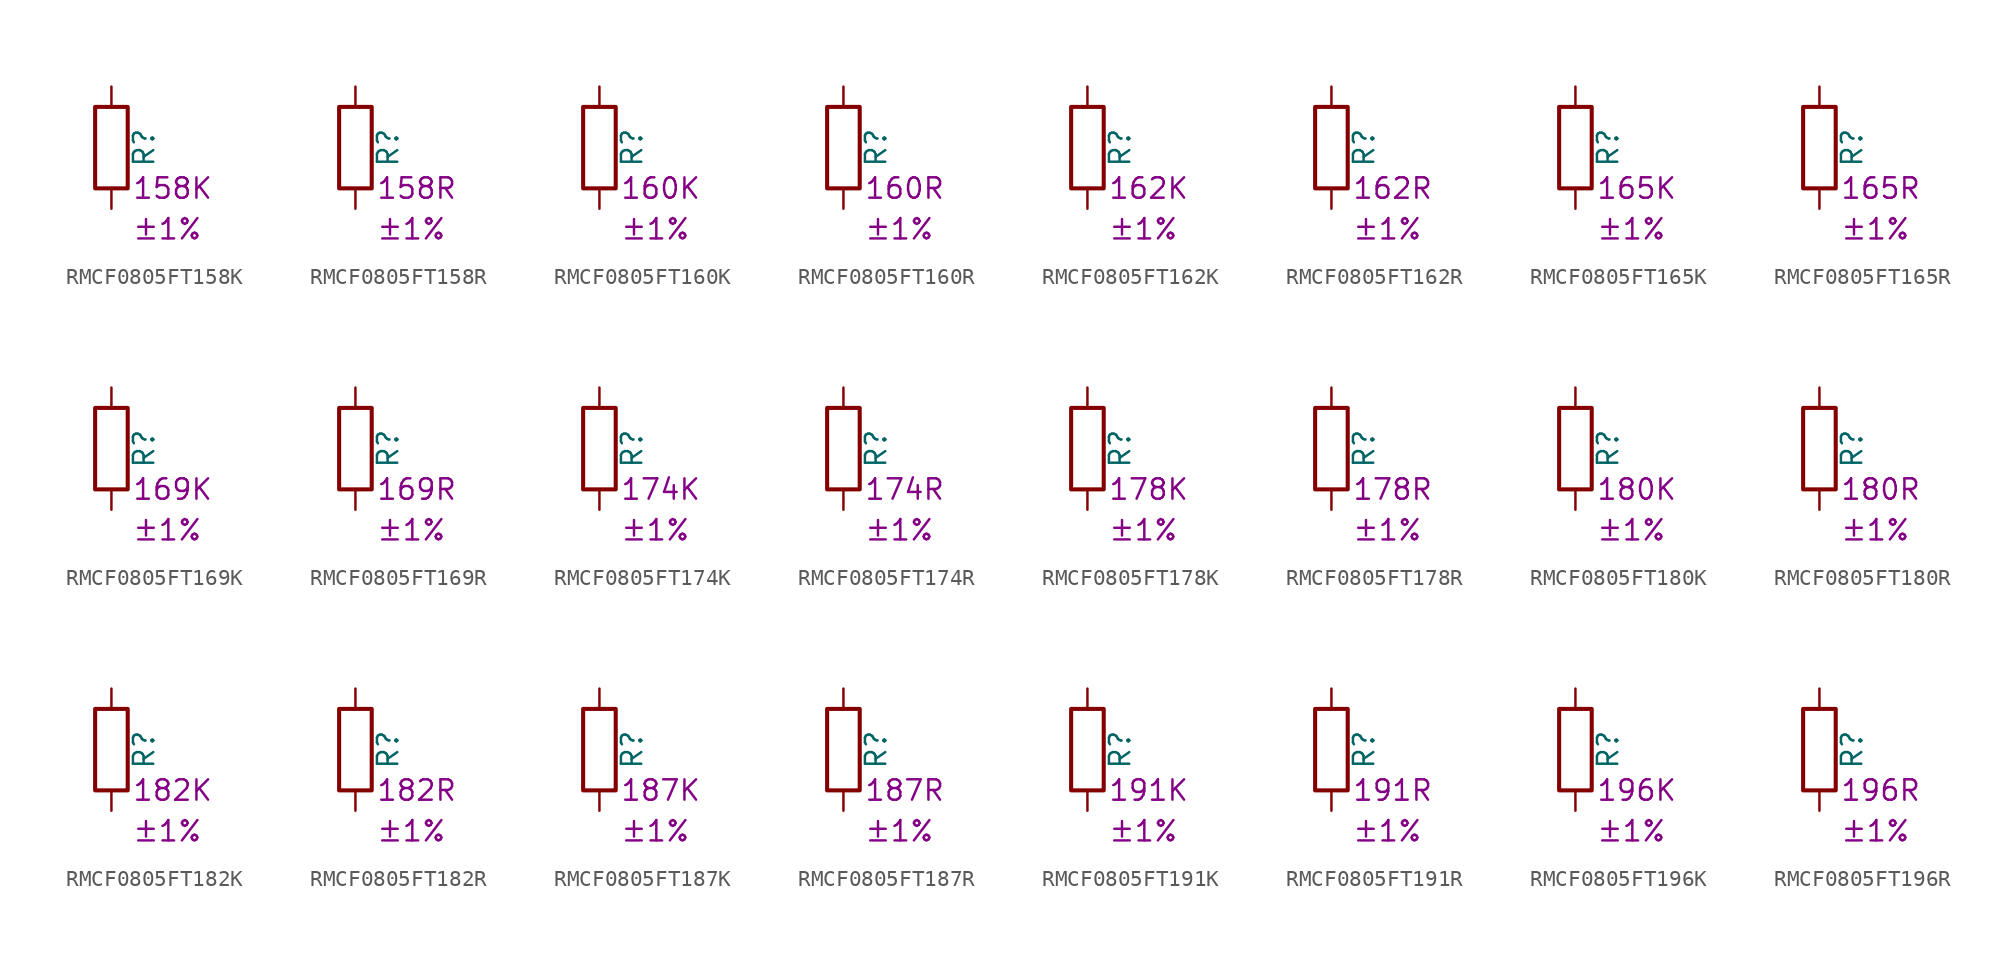
<source format=kicad_sym>
(kicad_symbol_lib
  (version 20220914)
  (generator kicad_symbol_editor)
  (symbol "RMCF0805FT158K"
    (pin_numbers hide)
    (pin_names
      (offset 0))
    (property "Reference" "R"
      (at 2.032 0 90)
      (effects (font (size 1.27 1.27))))
    (property "Resistance" "158K"
      (at 1.27 -2.54 0)
      (effects (font (size 1.27 1.27)) (justify left)))
    (property "Tolerance" "±1%"
      (at 1.27 -5.08 0)
      (effects (font (size 1.27 1.27)) (justify left)))
    (symbol "RMCF0805FT158K_0_1"
      (rectangle (start -1.016 -2.54) (end 1.016 2.54) (stroke (width 0.254) (type default)) (fill (type none))))
    (symbol "RMCF0805FT158K_1_1"
      (pin passive line (at 0 3.81 270) (length 1.27) (name "~" (effects (font (size 1.27 1.27)))) (number "1" (effects (font (size 1.27 1.27)))))
      (pin passive line (at 0 -3.81 90) (length 1.27) (name "~" (effects (font (size 1.27 1.27)))) (number "2" (effects (font (size 1.27 1.27)))))))
  (symbol "RMCF0805FT158R"
    (pin_numbers hide)
    (pin_names
      (offset 0))
    (property "Reference" "R"
      (at 2.032 0 90)
      (effects (font (size 1.27 1.27))))
    (property "Resistance" "158R"
      (at 1.27 -2.54 0)
      (effects (font (size 1.27 1.27)) (justify left)))
    (property "Tolerance" "±1%"
      (at 1.27 -5.08 0)
      (effects (font (size 1.27 1.27)) (justify left)))
    (symbol "RMCF0805FT158R_0_1"
      (rectangle (start -1.016 -2.54) (end 1.016 2.54) (stroke (width 0.254) (type default)) (fill (type none))))
    (symbol "RMCF0805FT158R_1_1"
      (pin passive line (at 0 3.81 270) (length 1.27) (name "~" (effects (font (size 1.27 1.27)))) (number "1" (effects (font (size 1.27 1.27)))))
      (pin passive line (at 0 -3.81 90) (length 1.27) (name "~" (effects (font (size 1.27 1.27)))) (number "2" (effects (font (size 1.27 1.27)))))))
  (symbol "RMCF0805FT160K"
    (pin_numbers hide)
    (pin_names
      (offset 0))
    (property "Reference" "R"
      (at 2.032 0 90)
      (effects (font (size 1.27 1.27))))
    (property "Resistance" "160K"
      (at 1.27 -2.54 0)
      (effects (font (size 1.27 1.27)) (justify left)))
    (property "Tolerance" "±1%"
      (at 1.27 -5.08 0)
      (effects (font (size 1.27 1.27)) (justify left)))
    (symbol "RMCF0805FT160K_0_1"
      (rectangle (start -1.016 -2.54) (end 1.016 2.54) (stroke (width 0.254) (type default)) (fill (type none))))
    (symbol "RMCF0805FT160K_1_1"
      (pin passive line (at 0 3.81 270) (length 1.27) (name "~" (effects (font (size 1.27 1.27)))) (number "1" (effects (font (size 1.27 1.27)))))
      (pin passive line (at 0 -3.81 90) (length 1.27) (name "~" (effects (font (size 1.27 1.27)))) (number "2" (effects (font (size 1.27 1.27)))))))
  (symbol "RMCF0805FT160R"
    (pin_numbers hide)
    (pin_names
      (offset 0))
    (property "Reference" "R"
      (at 2.032 0 90)
      (effects (font (size 1.27 1.27))))
    (property "Resistance" "160R"
      (at 1.27 -2.54 0)
      (effects (font (size 1.27 1.27)) (justify left)))
    (property "Tolerance" "±1%"
      (at 1.27 -5.08 0)
      (effects (font (size 1.27 1.27)) (justify left)))
    (symbol "RMCF0805FT160R_0_1"
      (rectangle (start -1.016 -2.54) (end 1.016 2.54) (stroke (width 0.254) (type default)) (fill (type none))))
    (symbol "RMCF0805FT160R_1_1"
      (pin passive line (at 0 3.81 270) (length 1.27) (name "~" (effects (font (size 1.27 1.27)))) (number "1" (effects (font (size 1.27 1.27)))))
      (pin passive line (at 0 -3.81 90) (length 1.27) (name "~" (effects (font (size 1.27 1.27)))) (number "2" (effects (font (size 1.27 1.27)))))))
  (symbol "RMCF0805FT162K"
    (pin_numbers hide)
    (pin_names
      (offset 0))
    (property "Reference" "R"
      (at 2.032 0 90)
      (effects (font (size 1.27 1.27))))
    (property "Resistance" "162K"
      (at 1.27 -2.54 0)
      (effects (font (size 1.27 1.27)) (justify left)))
    (property "Tolerance" "±1%"
      (at 1.27 -5.08 0)
      (effects (font (size 1.27 1.27)) (justify left)))
    (symbol "RMCF0805FT162K_0_1"
      (rectangle (start -1.016 -2.54) (end 1.016 2.54) (stroke (width 0.254) (type default)) (fill (type none))))
    (symbol "RMCF0805FT162K_1_1"
      (pin passive line (at 0 3.81 270) (length 1.27) (name "~" (effects (font (size 1.27 1.27)))) (number "1" (effects (font (size 1.27 1.27)))))
      (pin passive line (at 0 -3.81 90) (length 1.27) (name "~" (effects (font (size 1.27 1.27)))) (number "2" (effects (font (size 1.27 1.27)))))))
  (symbol "RMCF0805FT162R"
    (pin_numbers hide)
    (pin_names
      (offset 0))
    (property "Reference" "R"
      (at 2.032 0 90)
      (effects (font (size 1.27 1.27))))
    (property "Resistance" "162R"
      (at 1.27 -2.54 0)
      (effects (font (size 1.27 1.27)) (justify left)))
    (property "Tolerance" "±1%"
      (at 1.27 -5.08 0)
      (effects (font (size 1.27 1.27)) (justify left)))
    (symbol "RMCF0805FT162R_0_1"
      (rectangle (start -1.016 -2.54) (end 1.016 2.54) (stroke (width 0.254) (type default)) (fill (type none))))
    (symbol "RMCF0805FT162R_1_1"
      (pin passive line (at 0 3.81 270) (length 1.27) (name "~" (effects (font (size 1.27 1.27)))) (number "1" (effects (font (size 1.27 1.27)))))
      (pin passive line (at 0 -3.81 90) (length 1.27) (name "~" (effects (font (size 1.27 1.27)))) (number "2" (effects (font (size 1.27 1.27)))))))
  (symbol "RMCF0805FT165K"
    (pin_numbers hide)
    (pin_names
      (offset 0))
    (property "Reference" "R"
      (at 2.032 0 90)
      (effects (font (size 1.27 1.27))))
    (property "Resistance" "165K"
      (at 1.27 -2.54 0)
      (effects (font (size 1.27 1.27)) (justify left)))
    (property "Tolerance" "±1%"
      (at 1.27 -5.08 0)
      (effects (font (size 1.27 1.27)) (justify left)))
    (symbol "RMCF0805FT165K_0_1"
      (rectangle (start -1.016 -2.54) (end 1.016 2.54) (stroke (width 0.254) (type default)) (fill (type none))))
    (symbol "RMCF0805FT165K_1_1"
      (pin passive line (at 0 3.81 270) (length 1.27) (name "~" (effects (font (size 1.27 1.27)))) (number "1" (effects (font (size 1.27 1.27)))))
      (pin passive line (at 0 -3.81 90) (length 1.27) (name "~" (effects (font (size 1.27 1.27)))) (number "2" (effects (font (size 1.27 1.27)))))))
  (symbol "RMCF0805FT165R"
    (pin_numbers hide)
    (pin_names
      (offset 0))
    (property "Reference" "R"
      (at 2.032 0 90)
      (effects (font (size 1.27 1.27))))
    (property "Resistance" "165R"
      (at 1.27 -2.54 0)
      (effects (font (size 1.27 1.27)) (justify left)))
    (property "Tolerance" "±1%"
      (at 1.27 -5.08 0)
      (effects (font (size 1.27 1.27)) (justify left)))
    (symbol "RMCF0805FT165R_0_1"
      (rectangle (start -1.016 -2.54) (end 1.016 2.54) (stroke (width 0.254) (type default)) (fill (type none))))
    (symbol "RMCF0805FT165R_1_1"
      (pin passive line (at 0 3.81 270) (length 1.27) (name "~" (effects (font (size 1.27 1.27)))) (number "1" (effects (font (size 1.27 1.27)))))
      (pin passive line (at 0 -3.81 90) (length 1.27) (name "~" (effects (font (size 1.27 1.27)))) (number "2" (effects (font (size 1.27 1.27)))))))
  (symbol "RMCF0805FT169K"
    (pin_numbers hide)
    (pin_names
      (offset 0))
    (property "Reference" "R"
      (at 2.032 0 90)
      (effects (font (size 1.27 1.27))))
    (property "Resistance" "169K"
      (at 1.27 -2.54 0)
      (effects (font (size 1.27 1.27)) (justify left)))
    (property "Tolerance" "±1%"
      (at 1.27 -5.08 0)
      (effects (font (size 1.27 1.27)) (justify left)))
    (symbol "RMCF0805FT169K_0_1"
      (rectangle (start -1.016 -2.54) (end 1.016 2.54) (stroke (width 0.254) (type default)) (fill (type none))))
    (symbol "RMCF0805FT169K_1_1"
      (pin passive line (at 0 3.81 270) (length 1.27) (name "~" (effects (font (size 1.27 1.27)))) (number "1" (effects (font (size 1.27 1.27)))))
      (pin passive line (at 0 -3.81 90) (length 1.27) (name "~" (effects (font (size 1.27 1.27)))) (number "2" (effects (font (size 1.27 1.27)))))))
  (symbol "RMCF0805FT169R"
    (pin_numbers hide)
    (pin_names
      (offset 0))
    (property "Reference" "R"
      (at 2.032 0 90)
      (effects (font (size 1.27 1.27))))
    (property "Resistance" "169R"
      (at 1.27 -2.54 0)
      (effects (font (size 1.27 1.27)) (justify left)))
    (property "Tolerance" "±1%"
      (at 1.27 -5.08 0)
      (effects (font (size 1.27 1.27)) (justify left)))
    (symbol "RMCF0805FT169R_0_1"
      (rectangle (start -1.016 -2.54) (end 1.016 2.54) (stroke (width 0.254) (type default)) (fill (type none))))
    (symbol "RMCF0805FT169R_1_1"
      (pin passive line (at 0 3.81 270) (length 1.27) (name "~" (effects (font (size 1.27 1.27)))) (number "1" (effects (font (size 1.27 1.27)))))
      (pin passive line (at 0 -3.81 90) (length 1.27) (name "~" (effects (font (size 1.27 1.27)))) (number "2" (effects (font (size 1.27 1.27)))))))
  (symbol "RMCF0805FT174K"
    (pin_numbers hide)
    (pin_names
      (offset 0))
    (property "Reference" "R"
      (at 2.032 0 90)
      (effects (font (size 1.27 1.27))))
    (property "Resistance" "174K"
      (at 1.27 -2.54 0)
      (effects (font (size 1.27 1.27)) (justify left)))
    (property "Tolerance" "±1%"
      (at 1.27 -5.08 0)
      (effects (font (size 1.27 1.27)) (justify left)))
    (symbol "RMCF0805FT174K_0_1"
      (rectangle (start -1.016 -2.54) (end 1.016 2.54) (stroke (width 0.254) (type default)) (fill (type none))))
    (symbol "RMCF0805FT174K_1_1"
      (pin passive line (at 0 3.81 270) (length 1.27) (name "~" (effects (font (size 1.27 1.27)))) (number "1" (effects (font (size 1.27 1.27)))))
      (pin passive line (at 0 -3.81 90) (length 1.27) (name "~" (effects (font (size 1.27 1.27)))) (number "2" (effects (font (size 1.27 1.27)))))))
  (symbol "RMCF0805FT174R"
    (pin_numbers hide)
    (pin_names
      (offset 0))
    (property "Reference" "R"
      (at 2.032 0 90)
      (effects (font (size 1.27 1.27))))
    (property "Resistance" "174R"
      (at 1.27 -2.54 0)
      (effects (font (size 1.27 1.27)) (justify left)))
    (property "Tolerance" "±1%"
      (at 1.27 -5.08 0)
      (effects (font (size 1.27 1.27)) (justify left)))
    (symbol "RMCF0805FT174R_0_1"
      (rectangle (start -1.016 -2.54) (end 1.016 2.54) (stroke (width 0.254) (type default)) (fill (type none))))
    (symbol "RMCF0805FT174R_1_1"
      (pin passive line (at 0 3.81 270) (length 1.27) (name "~" (effects (font (size 1.27 1.27)))) (number "1" (effects (font (size 1.27 1.27)))))
      (pin passive line (at 0 -3.81 90) (length 1.27) (name "~" (effects (font (size 1.27 1.27)))) (number "2" (effects (font (size 1.27 1.27)))))))
  (symbol "RMCF0805FT178K"
    (pin_numbers hide)
    (pin_names
      (offset 0))
    (property "Reference" "R"
      (at 2.032 0 90)
      (effects (font (size 1.27 1.27))))
    (property "Resistance" "178K"
      (at 1.27 -2.54 0)
      (effects (font (size 1.27 1.27)) (justify left)))
    (property "Tolerance" "±1%"
      (at 1.27 -5.08 0)
      (effects (font (size 1.27 1.27)) (justify left)))
    (symbol "RMCF0805FT178K_0_1"
      (rectangle (start -1.016 -2.54) (end 1.016 2.54) (stroke (width 0.254) (type default)) (fill (type none))))
    (symbol "RMCF0805FT178K_1_1"
      (pin passive line (at 0 3.81 270) (length 1.27) (name "~" (effects (font (size 1.27 1.27)))) (number "1" (effects (font (size 1.27 1.27)))))
      (pin passive line (at 0 -3.81 90) (length 1.27) (name "~" (effects (font (size 1.27 1.27)))) (number "2" (effects (font (size 1.27 1.27)))))))
  (symbol "RMCF0805FT178R"
    (pin_numbers hide)
    (pin_names
      (offset 0))
    (property "Reference" "R"
      (at 2.032 0 90)
      (effects (font (size 1.27 1.27))))
    (property "Resistance" "178R"
      (at 1.27 -2.54 0)
      (effects (font (size 1.27 1.27)) (justify left)))
    (property "Tolerance" "±1%"
      (at 1.27 -5.08 0)
      (effects (font (size 1.27 1.27)) (justify left)))
    (symbol "RMCF0805FT178R_0_1"
      (rectangle (start -1.016 -2.54) (end 1.016 2.54) (stroke (width 0.254) (type default)) (fill (type none))))
    (symbol "RMCF0805FT178R_1_1"
      (pin passive line (at 0 3.81 270) (length 1.27) (name "~" (effects (font (size 1.27 1.27)))) (number "1" (effects (font (size 1.27 1.27)))))
      (pin passive line (at 0 -3.81 90) (length 1.27) (name "~" (effects (font (size 1.27 1.27)))) (number "2" (effects (font (size 1.27 1.27)))))))
  (symbol "RMCF0805FT180K"
    (pin_numbers hide)
    (pin_names
      (offset 0))
    (property "Reference" "R"
      (at 2.032 0 90)
      (effects (font (size 1.27 1.27))))
    (property "Resistance" "180K"
      (at 1.27 -2.54 0)
      (effects (font (size 1.27 1.27)) (justify left)))
    (property "Tolerance" "±1%"
      (at 1.27 -5.08 0)
      (effects (font (size 1.27 1.27)) (justify left)))
    (symbol "RMCF0805FT180K_0_1"
      (rectangle (start -1.016 -2.54) (end 1.016 2.54) (stroke (width 0.254) (type default)) (fill (type none))))
    (symbol "RMCF0805FT180K_1_1"
      (pin passive line (at 0 3.81 270) (length 1.27) (name "~" (effects (font (size 1.27 1.27)))) (number "1" (effects (font (size 1.27 1.27)))))
      (pin passive line (at 0 -3.81 90) (length 1.27) (name "~" (effects (font (size 1.27 1.27)))) (number "2" (effects (font (size 1.27 1.27)))))))
  (symbol "RMCF0805FT180R"
    (pin_numbers hide)
    (pin_names
      (offset 0))
    (property "Reference" "R"
      (at 2.032 0 90)
      (effects (font (size 1.27 1.27))))
    (property "Resistance" "180R"
      (at 1.27 -2.54 0)
      (effects (font (size 1.27 1.27)) (justify left)))
    (property "Tolerance" "±1%"
      (at 1.27 -5.08 0)
      (effects (font (size 1.27 1.27)) (justify left)))
    (symbol "RMCF0805FT180R_0_1"
      (rectangle (start -1.016 -2.54) (end 1.016 2.54) (stroke (width 0.254) (type default)) (fill (type none))))
    (symbol "RMCF0805FT180R_1_1"
      (pin passive line (at 0 3.81 270) (length 1.27) (name "~" (effects (font (size 1.27 1.27)))) (number "1" (effects (font (size 1.27 1.27)))))
      (pin passive line (at 0 -3.81 90) (length 1.27) (name "~" (effects (font (size 1.27 1.27)))) (number "2" (effects (font (size 1.27 1.27)))))))
  (symbol "RMCF0805FT182K"
    (pin_numbers hide)
    (pin_names
      (offset 0))
    (property "Reference" "R"
      (at 2.032 0 90)
      (effects (font (size 1.27 1.27))))
    (property "Resistance" "182K"
      (at 1.27 -2.54 0)
      (effects (font (size 1.27 1.27)) (justify left)))
    (property "Tolerance" "±1%"
      (at 1.27 -5.08 0)
      (effects (font (size 1.27 1.27)) (justify left)))
    (symbol "RMCF0805FT182K_0_1"
      (rectangle (start -1.016 -2.54) (end 1.016 2.54) (stroke (width 0.254) (type default)) (fill (type none))))
    (symbol "RMCF0805FT182K_1_1"
      (pin passive line (at 0 3.81 270) (length 1.27) (name "~" (effects (font (size 1.27 1.27)))) (number "1" (effects (font (size 1.27 1.27)))))
      (pin passive line (at 0 -3.81 90) (length 1.27) (name "~" (effects (font (size 1.27 1.27)))) (number "2" (effects (font (size 1.27 1.27)))))))
  (symbol "RMCF0805FT182R"
    (pin_numbers hide)
    (pin_names
      (offset 0))
    (property "Reference" "R"
      (at 2.032 0 90)
      (effects (font (size 1.27 1.27))))
    (property "Resistance" "182R"
      (at 1.27 -2.54 0)
      (effects (font (size 1.27 1.27)) (justify left)))
    (property "Tolerance" "±1%"
      (at 1.27 -5.08 0)
      (effects (font (size 1.27 1.27)) (justify left)))
    (symbol "RMCF0805FT182R_0_1"
      (rectangle (start -1.016 -2.54) (end 1.016 2.54) (stroke (width 0.254) (type default)) (fill (type none))))
    (symbol "RMCF0805FT182R_1_1"
      (pin passive line (at 0 3.81 270) (length 1.27) (name "~" (effects (font (size 1.27 1.27)))) (number "1" (effects (font (size 1.27 1.27)))))
      (pin passive line (at 0 -3.81 90) (length 1.27) (name "~" (effects (font (size 1.27 1.27)))) (number "2" (effects (font (size 1.27 1.27)))))))
  (symbol "RMCF0805FT187K"
    (pin_numbers hide)
    (pin_names
      (offset 0))
    (property "Reference" "R"
      (at 2.032 0 90)
      (effects (font (size 1.27 1.27))))
    (property "Resistance" "187K"
      (at 1.27 -2.54 0)
      (effects (font (size 1.27 1.27)) (justify left)))
    (property "Tolerance" "±1%"
      (at 1.27 -5.08 0)
      (effects (font (size 1.27 1.27)) (justify left)))
    (symbol "RMCF0805FT187K_0_1"
      (rectangle (start -1.016 -2.54) (end 1.016 2.54) (stroke (width 0.254) (type default)) (fill (type none))))
    (symbol "RMCF0805FT187K_1_1"
      (pin passive line (at 0 3.81 270) (length 1.27) (name "~" (effects (font (size 1.27 1.27)))) (number "1" (effects (font (size 1.27 1.27)))))
      (pin passive line (at 0 -3.81 90) (length 1.27) (name "~" (effects (font (size 1.27 1.27)))) (number "2" (effects (font (size 1.27 1.27)))))))
  (symbol "RMCF0805FT187R"
    (pin_numbers hide)
    (pin_names
      (offset 0))
    (property "Reference" "R"
      (at 2.032 0 90)
      (effects (font (size 1.27 1.27))))
    (property "Resistance" "187R"
      (at 1.27 -2.54 0)
      (effects (font (size 1.27 1.27)) (justify left)))
    (property "Tolerance" "±1%"
      (at 1.27 -5.08 0)
      (effects (font (size 1.27 1.27)) (justify left)))
    (symbol "RMCF0805FT187R_0_1"
      (rectangle (start -1.016 -2.54) (end 1.016 2.54) (stroke (width 0.254) (type default)) (fill (type none))))
    (symbol "RMCF0805FT187R_1_1"
      (pin passive line (at 0 3.81 270) (length 1.27) (name "~" (effects (font (size 1.27 1.27)))) (number "1" (effects (font (size 1.27 1.27)))))
      (pin passive line (at 0 -3.81 90) (length 1.27) (name "~" (effects (font (size 1.27 1.27)))) (number "2" (effects (font (size 1.27 1.27)))))))
  (symbol "RMCF0805FT191K"
    (pin_numbers hide)
    (pin_names
      (offset 0))
    (property "Reference" "R"
      (at 2.032 0 90)
      (effects (font (size 1.27 1.27))))
    (property "Resistance" "191K"
      (at 1.27 -2.54 0)
      (effects (font (size 1.27 1.27)) (justify left)))
    (property "Tolerance" "±1%"
      (at 1.27 -5.08 0)
      (effects (font (size 1.27 1.27)) (justify left)))
    (symbol "RMCF0805FT191K_0_1"
      (rectangle (start -1.016 -2.54) (end 1.016 2.54) (stroke (width 0.254) (type default)) (fill (type none))))
    (symbol "RMCF0805FT191K_1_1"
      (pin passive line (at 0 3.81 270) (length 1.27) (name "~" (effects (font (size 1.27 1.27)))) (number "1" (effects (font (size 1.27 1.27)))))
      (pin passive line (at 0 -3.81 90) (length 1.27) (name "~" (effects (font (size 1.27 1.27)))) (number "2" (effects (font (size 1.27 1.27)))))))
  (symbol "RMCF0805FT191R"
    (pin_numbers hide)
    (pin_names
      (offset 0))
    (property "Reference" "R"
      (at 2.032 0 90)
      (effects (font (size 1.27 1.27))))
    (property "Resistance" "191R"
      (at 1.27 -2.54 0)
      (effects (font (size 1.27 1.27)) (justify left)))
    (property "Tolerance" "±1%"
      (at 1.27 -5.08 0)
      (effects (font (size 1.27 1.27)) (justify left)))
    (symbol "RMCF0805FT191R_0_1"
      (rectangle (start -1.016 -2.54) (end 1.016 2.54) (stroke (width 0.254) (type default)) (fill (type none))))
    (symbol "RMCF0805FT191R_1_1"
      (pin passive line (at 0 3.81 270) (length 1.27) (name "~" (effects (font (size 1.27 1.27)))) (number "1" (effects (font (size 1.27 1.27)))))
      (pin passive line (at 0 -3.81 90) (length 1.27) (name "~" (effects (font (size 1.27 1.27)))) (number "2" (effects (font (size 1.27 1.27)))))))
  (symbol "RMCF0805FT196K"
    (pin_numbers hide)
    (pin_names
      (offset 0))
    (property "Reference" "R"
      (at 2.032 0 90)
      (effects (font (size 1.27 1.27))))
    (property "Resistance" "196K"
      (at 1.27 -2.54 0)
      (effects (font (size 1.27 1.27)) (justify left)))
    (property "Tolerance" "±1%"
      (at 1.27 -5.08 0)
      (effects (font (size 1.27 1.27)) (justify left)))
    (symbol "RMCF0805FT196K_0_1"
      (rectangle (start -1.016 -2.54) (end 1.016 2.54) (stroke (width 0.254) (type default)) (fill (type none))))
    (symbol "RMCF0805FT196K_1_1"
      (pin passive line (at 0 3.81 270) (length 1.27) (name "~" (effects (font (size 1.27 1.27)))) (number "1" (effects (font (size 1.27 1.27)))))
      (pin passive line (at 0 -3.81 90) (length 1.27) (name "~" (effects (font (size 1.27 1.27)))) (number "2" (effects (font (size 1.27 1.27)))))))
  (symbol "RMCF0805FT196R"
    (pin_numbers hide)
    (pin_names
      (offset 0))
    (property "Reference" "R"
      (at 2.032 0 90)
      (effects (font (size 1.27 1.27))))
    (property "Resistance" "196R"
      (at 1.27 -2.54 0)
      (effects (font (size 1.27 1.27)) (justify left)))
    (property "Tolerance" "±1%"
      (at 1.27 -5.08 0)
      (effects (font (size 1.27 1.27)) (justify left)))
    (symbol "RMCF0805FT196R_0_1"
      (rectangle (start -1.016 -2.54) (end 1.016 2.54) (stroke (width 0.254) (type default)) (fill (type none))))
    (symbol "RMCF0805FT196R_1_1"
      (pin passive line (at 0 3.81 270) (length 1.27) (name "~" (effects (font (size 1.27 1.27)))) (number "1" (effects (font (size 1.27 1.27)))))
      (pin passive line (at 0 -3.81 90) (length 1.27) (name "~" (effects (font (size 1.27 1.27)))) (number "2" (effects (font (size 1.27 1.27))))))))
</source>
